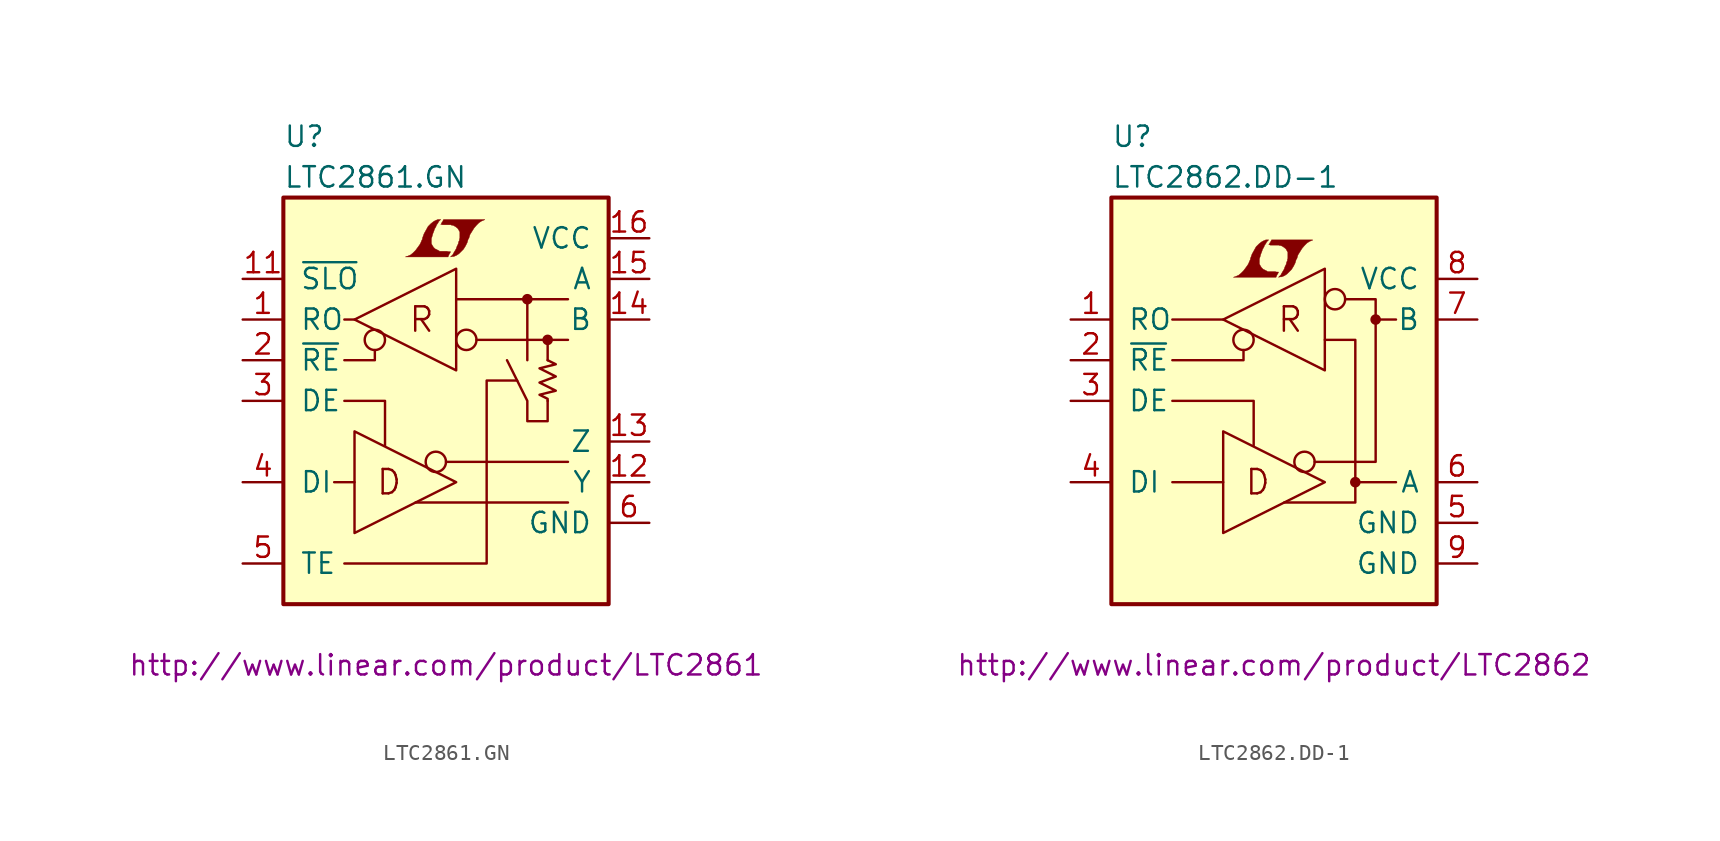
<source format=kicad_sym>
(kicad_symbol_lib
  (version 20201005)
  (generator kicad_symbol_editor)
  (symbol "LTC2861.GN"
    (pin_names
      (offset 1.016))
    (property "Reference" "U"
      (at -10.16 16.51 0)
      (effects (font (size 1.27 1.27)) (justify left)))
    (property "Value" "LTC2861.GN"
      (at -10.16 13.97 0)
      (effects (font (size 1.27 1.27)) (justify left)))
    (property "Datasheet" "http://www.linear.com/product/LTC2861"
      (at 0 -16.51 0)
      (effects (font (size 1.27 1.27))))
    (symbol "LTC2861.GN_0_0"
      (text "D" (at -3.556 -5.08 0) (effects (font (size 1.524 1.524))))
      (text "R" (at -1.524 5.08 0) (effects (font (size 1.524 1.524))))
      (polyline (pts (xy 0.203 9.169) (xy 0.229 9.195) (xy 0.279 9.296) (xy 0.279 9.322) (xy 0.152 9.322) (xy 0.051 9.347) (xy -0.406 9.347) (xy -0.432 9.373) (xy -0.686 9.5) (xy -0.787 9.601) (xy -0.864 9.728) (xy -0.914 9.83) (xy -0.914 10.135) (xy -0.864 10.287) (xy -0.838 10.389) (xy -0.813 10.465) (xy -0.762 10.592) (xy -0.711 10.744) (xy -0.635 10.871) (xy -0.584 10.998) (xy -0.508 11.1) (xy -0.457 11.201) (xy -0.33 11.328) (xy -0.508 11.328) (xy -0.635 11.278) (xy -0.737 11.227) (xy -0.813 11.176) (xy -0.94 11.074) (xy -1.118 10.897) (xy -1.372 10.439) (xy -1.473 10.16) (xy -1.473 10.109) (xy -1.524 10.008) (xy -1.575 9.881) (xy -1.626 9.779) (xy -1.753 9.601) (xy -1.905 9.398) (xy -2.057 9.246) (xy -2.21 9.119) (xy -2.388 9.042) (xy -2.54 8.992) (xy 0.127 8.992) (xy 0.203 9.169)) (stroke (width 0.025)) (fill (type outline)))
      (polyline (pts (xy 0.406 9.017) (xy 0.483 9.017) (xy 0.66 9.093) (xy 0.813 9.195) (xy 1.092 9.474) (xy 1.219 9.677) (xy 1.321 9.881) (xy 1.397 10.135) (xy 1.422 10.135) (xy 1.499 10.389) (xy 1.753 10.795) (xy 1.905 10.973) (xy 2.057 11.125) (xy 2.21 11.227) (xy 2.388 11.303) (xy 2.413 11.303) (xy 2.413 11.328) (xy -0.152 11.328) (xy -0.229 11.176) (xy -0.254 11.151) (xy -0.305 11.049) (xy -0.33 11.024) (xy -0.279 11.024) (xy -0.229 10.998) (xy 0.305 10.998) (xy 0.356 10.973) (xy 0.406 10.973) (xy 0.483 10.947) (xy 0.61 10.871) (xy 0.737 10.77) (xy 0.813 10.643) (xy 0.838 10.592) (xy 0.864 10.566) (xy 0.864 10.16) (xy 0.838 10.109) (xy 0.838 10.033) (xy 0.787 9.931) (xy 0.762 9.804) (xy 0.686 9.652) (xy 0.635 9.5) (xy 0.483 9.246) (xy 0.432 9.144) (xy 0.279 8.992) (xy 0.406 9.017)) (stroke (width 0.025)) (fill (type outline))))
    (symbol "LTC2861.GN_0_1"
      (circle (center -4.445 3.81) (radius 0.635) (stroke (width 0)) (fill (type none)))
      (circle (center -0.635 -3.81) (radius 0.635) (stroke (width 0)) (fill (type none)))
      (circle (center 1.27 3.81) (radius 0.635) (stroke (width 0)) (fill (type none)))
      (circle (center 5.08 6.35) (radius 0.254) (stroke (width 0)) (fill (type outline)))
      (circle (center 6.35 3.81) (radius 0.254) (stroke (width 0)) (fill (type outline)))
      (rectangle (start -10.16 12.7) (end 10.16 -12.7) (stroke (width 0.254)) (fill (type background)))
      (polyline (pts (xy -5.715 5.08) (xy -6.35 5.08)) (stroke (width 0)) (fill (type none)))
      (polyline (pts (xy 0 -3.81) (xy 7.62 -3.81)) (stroke (width 0)) (fill (type none)))
      (polyline (pts (xy 0.635 6.35) (xy 7.62 6.35)) (stroke (width 0)) (fill (type none)))
      (polyline (pts (xy 1.905 3.81) (xy 7.62 3.81)) (stroke (width 0)) (fill (type none)))
      (polyline (pts (xy 5.08 6.35) (xy 5.08 2.54)) (stroke (width 0)) (fill (type none)))
      (polyline (pts (xy 6.35 2.54) (xy 6.35 3.81)) (stroke (width 0)) (fill (type none)))
      (polyline (pts (xy 7.62 -6.35) (xy -1.905 -6.35)) (stroke (width 0)) (fill (type none)))
      (polyline (pts (xy -6.35 0) (xy -3.81 0) (xy -3.81 -2.794)) (stroke (width 0)) (fill (type none)))
      (polyline (pts (xy -5.715 -5.08) (xy -6.35 -5.08) (xy -6.985 -5.08)) (stroke (width 0)) (fill (type none)))
      (polyline (pts (xy -4.445 3.175) (xy -4.445 2.54) (xy -6.35 2.54)) (stroke (width 0)) (fill (type none)))
      (polyline (pts (xy -5.715 -1.905) (xy -5.715 -8.255) (xy 0.635 -5.08) (xy -5.715 -1.905)) (stroke (width 0)) (fill (type none)))
      (polyline (pts (xy -5.715 5.08) (xy 0.635 1.905) (xy 0.635 8.255) (xy -5.715 5.08)) (stroke (width 0)) (fill (type none)))
      (polyline (pts (xy 4.445 1.27) (xy 2.54 1.27) (xy 2.54 -10.16) (xy -6.35 -10.16)) (stroke (width 0)) (fill (type none)))
      (polyline (pts (xy 6.35 0) (xy 6.35 -1.27) (xy 5.08 -1.27) (xy 5.08 0) (xy 3.81 2.54)) (stroke (width 0)) (fill (type none)))
      (polyline (pts (xy 6.35 2.54) (xy 6.858 2.286) (xy 5.842 2.032) (xy 6.858 1.524) (xy 5.842 1.143) (xy 6.858 0.635) (xy 5.842 0.381) (xy 6.35 0.127) (xy 6.35 0)) (stroke (width 0)) (fill (type none))))
    (symbol "LTC2861.GN_1_1"
      (pin tri_state line (at -12.7 5.08 0) (length 2.54) (name "RO" (effects (font (size 1.27 1.27)))) (number "1" (effects (font (size 1.27 1.27)))))
      (pin unconnected line (at 12.7 2.54 180) (length 2.54) hide (name "NC" (effects (font (size 1.27 1.27)))) (number "10" (effects (font (size 1.27 1.27)))))
      (pin input line (at -12.7 7.62 0) (length 2.54) (name "~SLO~" (effects (font (size 1.27 1.27)))) (number "11" (effects (font (size 1.27 1.27)))))
      (pin passive line (at 12.7 -5.08 180) (length 2.54) (name "Y" (effects (font (size 1.27 1.27)))) (number "12" (effects (font (size 1.27 1.27)))))
      (pin passive line (at 12.7 -2.54 180) (length 2.54) (name "Z" (effects (font (size 1.27 1.27)))) (number "13" (effects (font (size 1.27 1.27)))))
      (pin passive line (at 12.7 5.08 180) (length 2.54) (name "B" (effects (font (size 1.27 1.27)))) (number "14" (effects (font (size 1.27 1.27)))))
      (pin passive line (at 12.7 7.62 180) (length 2.54) (name "A" (effects (font (size 1.27 1.27)))) (number "15" (effects (font (size 1.27 1.27)))))
      (pin power_in line (at 12.7 10.16 180) (length 2.54) (name "VCC" (effects (font (size 1.27 1.27)))) (number "16" (effects (font (size 1.27 1.27)))))
      (pin input line (at -12.7 2.54 0) (length 2.54) (name "~RE~" (effects (font (size 1.27 1.27)))) (number "2" (effects (font (size 1.27 1.27)))))
      (pin input line (at -12.7 0 0) (length 2.54) (name "DE" (effects (font (size 1.27 1.27)))) (number "3" (effects (font (size 1.27 1.27)))))
      (pin passive line (at -12.7 -5.08 0) (length 2.54) (name "DI" (effects (font (size 1.27 1.27)))) (number "4" (effects (font (size 1.27 1.27)))))
      (pin input line (at -12.7 -10.16 0) (length 2.54) (name "TE" (effects (font (size 1.27 1.27)))) (number "5" (effects (font (size 1.27 1.27)))))
      (pin power_in line (at 12.7 -7.62 180) (length 2.54) (name "GND" (effects (font (size 1.27 1.27)))) (number "6" (effects (font (size 1.27 1.27)))))
      (pin unconnected line (at -12.7 10.16 0) (length 2.54) hide (name "NC" (effects (font (size 1.27 1.27)))) (number "7" (effects (font (size 1.27 1.27)))))
      (pin unconnected line (at 12.7 -10.16 180) (length 2.54) hide (name "NC" (effects (font (size 1.27 1.27)))) (number "8" (effects (font (size 1.27 1.27)))))
      (pin unconnected line (at 12.7 0 180) (length 2.54) hide (name "NC" (effects (font (size 1.27 1.27)))) (number "9" (effects (font (size 1.27 1.27)))))))
  (symbol "LTC2862.DD-1"
    (pin_names
      (offset 1.016))
    (property "Reference" "U"
      (at -10.16 16.51 0)
      (effects (font (size 1.27 1.27)) (justify left)))
    (property "Value" "LTC2862.DD-1"
      (at -10.16 13.97 0)
      (effects (font (size 1.27 1.27)) (justify left)))
    (property "Datasheet" "http://www.linear.com/product/LTC2862"
      (at 0 -16.51 0)
      (effects (font (size 1.27 1.27))))
    (symbol "LTC2862.DD-1_0_0"
      (text "D" (at -1.016 -5.08 0) (effects (font (size 1.524 1.524))))
      (text "R" (at 1.016 5.08 0) (effects (font (size 1.524 1.524))))
      (polyline (pts (xy 0.203 7.899) (xy 0.229 7.925) (xy 0.279 8.026) (xy 0.279 8.052) (xy 0.152 8.052) (xy 0.051 8.077) (xy -0.406 8.077) (xy -0.432 8.103) (xy -0.686 8.23) (xy -0.787 8.331) (xy -0.864 8.458) (xy -0.914 8.56) (xy -0.914 8.865) (xy -0.864 9.017) (xy -0.838 9.119) (xy -0.813 9.195) (xy -0.762 9.322) (xy -0.711 9.474) (xy -0.635 9.601) (xy -0.584 9.728) (xy -0.508 9.83) (xy -0.457 9.931) (xy -0.33 10.058) (xy -0.508 10.058) (xy -0.635 10.008) (xy -0.737 9.957) (xy -0.813 9.906) (xy -0.94 9.804) (xy -1.118 9.627) (xy -1.372 9.169) (xy -1.473 8.89) (xy -1.473 8.839) (xy -1.524 8.738) (xy -1.575 8.611) (xy -1.626 8.509) (xy -1.753 8.331) (xy -1.905 8.128) (xy -2.057 7.976) (xy -2.21 7.849) (xy -2.388 7.772) (xy -2.54 7.722) (xy 0.127 7.722) (xy 0.203 7.899)) (stroke (width 0.025)) (fill (type outline)))
      (polyline (pts (xy 0.406 7.747) (xy 0.483 7.747) (xy 0.66 7.823) (xy 0.813 7.925) (xy 1.092 8.204) (xy 1.219 8.407) (xy 1.321 8.611) (xy 1.397 8.865) (xy 1.422 8.865) (xy 1.499 9.119) (xy 1.753 9.525) (xy 1.905 9.703) (xy 2.057 9.855) (xy 2.21 9.957) (xy 2.388 10.033) (xy 2.413 10.033) (xy 2.413 10.058) (xy -0.152 10.058) (xy -0.229 9.906) (xy -0.254 9.881) (xy -0.305 9.779) (xy -0.33 9.754) (xy -0.279 9.754) (xy -0.229 9.728) (xy 0.305 9.728) (xy 0.356 9.703) (xy 0.406 9.703) (xy 0.483 9.677) (xy 0.61 9.601) (xy 0.737 9.5) (xy 0.813 9.373) (xy 0.838 9.322) (xy 0.864 9.296) (xy 0.864 8.89) (xy 0.838 8.839) (xy 0.838 8.763) (xy 0.787 8.661) (xy 0.762 8.534) (xy 0.686 8.382) (xy 0.635 8.23) (xy 0.483 7.976) (xy 0.432 7.874) (xy 0.279 7.722) (xy 0.406 7.747)) (stroke (width 0.025)) (fill (type outline))))
    (symbol "LTC2862.DD-1_0_1"
      (circle (center -1.905 3.81) (radius 0.635) (stroke (width 0)) (fill (type none)))
      (circle (center 1.905 -3.81) (radius 0.635) (stroke (width 0)) (fill (type none)))
      (circle (center 3.81 6.35) (radius 0.635) (stroke (width 0)) (fill (type none)))
      (circle (center 5.08 -5.08) (radius 0.254) (stroke (width 0)) (fill (type outline)))
      (circle (center 6.35 5.08) (radius 0.254) (stroke (width 0)) (fill (type outline)))
      (rectangle (start -10.16 12.7) (end 10.16 -12.7) (stroke (width 0.254)) (fill (type background)))
      (polyline (pts (xy -3.175 -5.08) (xy -6.35 -5.08)) (stroke (width 0)) (fill (type none)))
      (polyline (pts (xy -3.175 5.08) (xy -6.35 5.08)) (stroke (width 0)) (fill (type none)))
      (polyline (pts (xy 7.62 -5.08) (xy 5.08 -5.08)) (stroke (width 0)) (fill (type none)))
      (polyline (pts (xy 7.62 5.08) (xy 6.35 5.08)) (stroke (width 0)) (fill (type none)))
      (polyline (pts (xy -6.35 0) (xy -1.27 0) (xy -1.27 -2.794)) (stroke (width 0)) (fill (type none)))
      (polyline (pts (xy -1.905 3.175) (xy -1.905 2.54) (xy -6.35 2.54)) (stroke (width 0)) (fill (type none)))
      (polyline (pts (xy -3.175 -1.905) (xy -3.175 -8.255) (xy 3.175 -5.08) (xy -3.175 -1.905)) (stroke (width 0)) (fill (type none)))
      (polyline (pts (xy -3.175 5.08) (xy 3.175 1.905) (xy 3.175 8.255) (xy -3.175 5.08)) (stroke (width 0)) (fill (type none)))
      (polyline (pts (xy 0.635 -6.35) (xy 5.08 -6.35) (xy 5.08 3.81) (xy 3.175 3.81)) (stroke (width 0)) (fill (type none)))
      (polyline (pts (xy 4.445 6.35) (xy 6.35 6.35) (xy 6.35 -1.27) (xy 6.35 -3.81) (xy 2.54 -3.81)) (stroke (width 0)) (fill (type none))))
    (symbol "LTC2862.DD-1_1_1"
      (pin tri_state line (at -12.7 5.08 0) (length 2.54) (name "RO" (effects (font (size 1.27 1.27)))) (number "1" (effects (font (size 1.27 1.27)))))
      (pin input line (at -12.7 2.54 0) (length 2.54) (name "~RE~" (effects (font (size 1.27 1.27)))) (number "2" (effects (font (size 1.27 1.27)))))
      (pin input line (at -12.7 0 0) (length 2.54) (name "DE" (effects (font (size 1.27 1.27)))) (number "3" (effects (font (size 1.27 1.27)))))
      (pin passive line (at -12.7 -5.08 0) (length 2.54) (name "DI" (effects (font (size 1.27 1.27)))) (number "4" (effects (font (size 1.27 1.27)))))
      (pin power_in line (at 12.7 -7.62 180) (length 2.54) (name "GND" (effects (font (size 1.27 1.27)))) (number "5" (effects (font (size 1.27 1.27)))))
      (pin passive line (at 12.7 -5.08 180) (length 2.54) (name "A" (effects (font (size 1.27 1.27)))) (number "6" (effects (font (size 1.27 1.27)))))
      (pin passive line (at 12.7 5.08 180) (length 2.54) (name "B" (effects (font (size 1.27 1.27)))) (number "7" (effects (font (size 1.27 1.27)))))
      (pin power_in line (at 12.7 7.62 180) (length 2.54) (name "VCC" (effects (font (size 1.27 1.27)))) (number "8" (effects (font (size 1.27 1.27)))))
      (pin power_in line (at 12.7 -10.16 180) (length 2.54) (name "GND" (effects (font (size 1.27 1.27)))) (number "9" (effects (font (size 1.27 1.27))))))))
</source>
